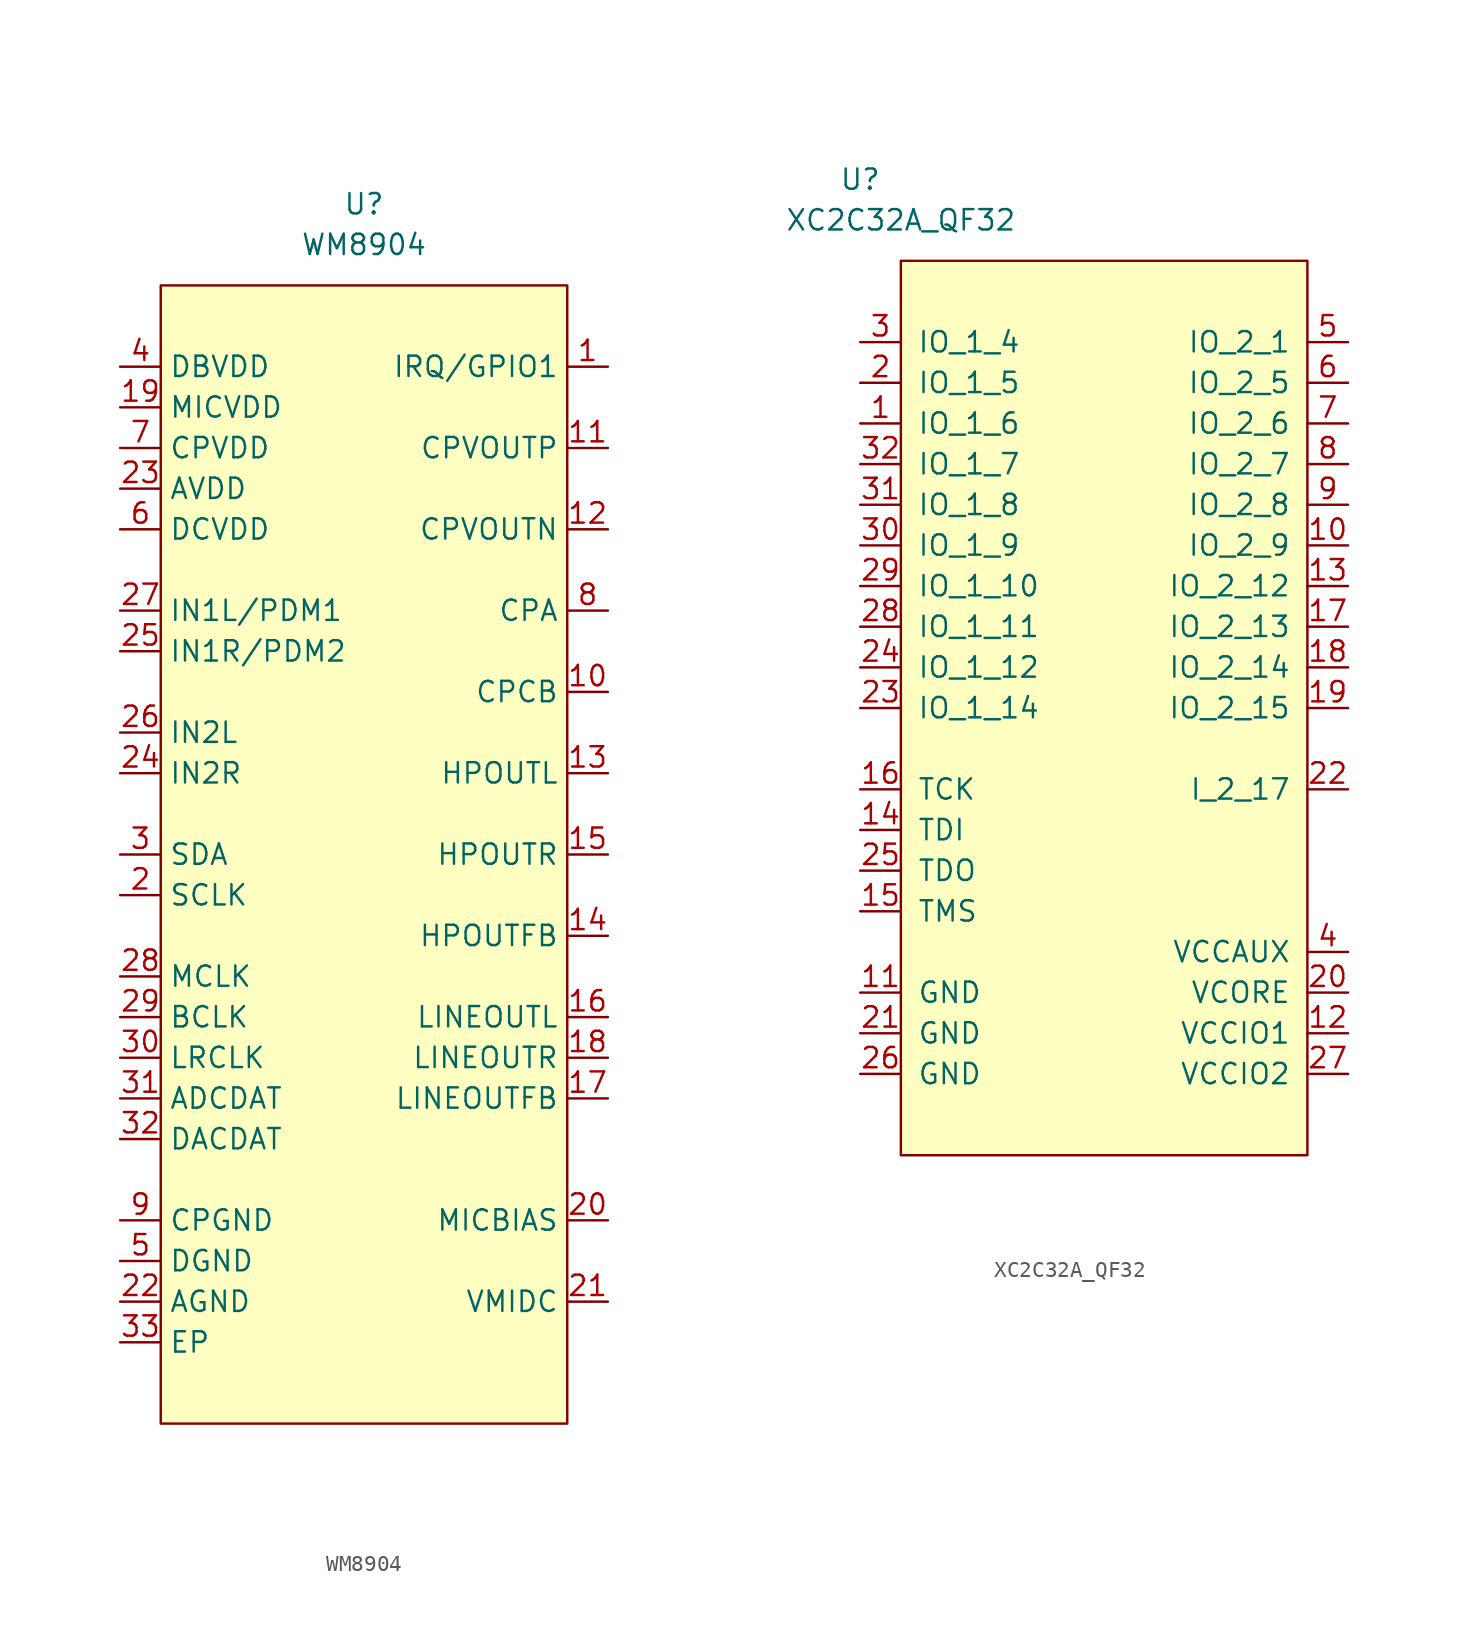
<source format=kicad_sym>
(kicad_symbol_lib
  (version 20211014)
  (generator kicad_symbol_editor)
  (symbol "WM8904"
    (property "Reference" "U"
      (at 0 0 0)
      (effects (font (size 1.27 1.27))))
    (property "Value" "WM8904"
      (at 0 -2.54 0)
      (effects (font (size 1.27 1.27))))
    (symbol "WM8904_0_1"
      (rectangle (start -12.7 -5.08) (end 12.7 -76.2) (stroke (width 0.152) (type default) (color 0 0 0 0)) (fill (type background))))
    (symbol "WM8904_1_1"
      (pin input line (at 15.24 -10.16 180) (length 2.54) (name "IRQ/GPIO1" (effects (font (size 1.27 1.27)))) (number "1" (effects (font (size 1.27 1.27)))))
      (pin input line (at 15.24 -30.48 180) (length 2.54) (name "CPCB" (effects (font (size 1.27 1.27)))) (number "10" (effects (font (size 1.27 1.27)))))
      (pin input line (at 15.24 -15.24 180) (length 2.54) (name "CPVOUTP" (effects (font (size 1.27 1.27)))) (number "11" (effects (font (size 1.27 1.27)))))
      (pin input line (at 15.24 -20.32 180) (length 2.54) (name "CPVOUTN" (effects (font (size 1.27 1.27)))) (number "12" (effects (font (size 1.27 1.27)))))
      (pin input line (at 15.24 -35.56 180) (length 2.54) (name "HPOUTL" (effects (font (size 1.27 1.27)))) (number "13" (effects (font (size 1.27 1.27)))))
      (pin input line (at 15.24 -45.72 180) (length 2.54) (name "HPOUTFB" (effects (font (size 1.27 1.27)))) (number "14" (effects (font (size 1.27 1.27)))))
      (pin input line (at 15.24 -40.64 180) (length 2.54) (name "HPOUTR" (effects (font (size 1.27 1.27)))) (number "15" (effects (font (size 1.27 1.27)))))
      (pin input line (at 15.24 -50.8 180) (length 2.54) (name "LINEOUTL" (effects (font (size 1.27 1.27)))) (number "16" (effects (font (size 1.27 1.27)))))
      (pin input line (at 15.24 -55.88 180) (length 2.54) (name "LINEOUTFB" (effects (font (size 1.27 1.27)))) (number "17" (effects (font (size 1.27 1.27)))))
      (pin input line (at 15.24 -53.34 180) (length 2.54) (name "LINEOUTR" (effects (font (size 1.27 1.27)))) (number "18" (effects (font (size 1.27 1.27)))))
      (pin input line (at -15.24 -12.7 0) (length 2.54) (name "MICVDD" (effects (font (size 1.27 1.27)))) (number "19" (effects (font (size 1.27 1.27)))))
      (pin input line (at -15.24 -43.18 0) (length 2.54) (name "SCLK" (effects (font (size 1.27 1.27)))) (number "2" (effects (font (size 1.27 1.27)))))
      (pin input line (at 15.24 -63.5 180) (length 2.54) (name "MICBIAS" (effects (font (size 1.27 1.27)))) (number "20" (effects (font (size 1.27 1.27)))))
      (pin input line (at 15.24 -68.58 180) (length 2.54) (name "VMIDC" (effects (font (size 1.27 1.27)))) (number "21" (effects (font (size 1.27 1.27)))))
      (pin input line (at -15.24 -68.58 0) (length 2.54) (name "AGND" (effects (font (size 1.27 1.27)))) (number "22" (effects (font (size 1.27 1.27)))))
      (pin input line (at -15.24 -17.78 0) (length 2.54) (name "AVDD" (effects (font (size 1.27 1.27)))) (number "23" (effects (font (size 1.27 1.27)))))
      (pin input line (at -15.24 -35.56 0) (length 2.54) (name "IN2R" (effects (font (size 1.27 1.27)))) (number "24" (effects (font (size 1.27 1.27)))))
      (pin input line (at -15.24 -27.94 0) (length 2.54) (name "IN1R/PDM2" (effects (font (size 1.27 1.27)))) (number "25" (effects (font (size 1.27 1.27)))))
      (pin input line (at -15.24 -33.02 0) (length 2.54) (name "IN2L" (effects (font (size 1.27 1.27)))) (number "26" (effects (font (size 1.27 1.27)))))
      (pin input line (at -15.24 -25.4 0) (length 2.54) (name "IN1L/PDM1" (effects (font (size 1.27 1.27)))) (number "27" (effects (font (size 1.27 1.27)))))
      (pin input line (at -15.24 -48.26 0) (length 2.54) (name "MCLK" (effects (font (size 1.27 1.27)))) (number "28" (effects (font (size 1.27 1.27)))))
      (pin input line (at -15.24 -50.8 0) (length 2.54) (name "BCLK" (effects (font (size 1.27 1.27)))) (number "29" (effects (font (size 1.27 1.27)))))
      (pin input line (at -15.24 -40.64 0) (length 2.54) (name "SDA" (effects (font (size 1.27 1.27)))) (number "3" (effects (font (size 1.27 1.27)))))
      (pin input line (at -15.24 -53.34 0) (length 2.54) (name "LRCLK" (effects (font (size 1.27 1.27)))) (number "30" (effects (font (size 1.27 1.27)))))
      (pin input line (at -15.24 -55.88 0) (length 2.54) (name "ADCDAT" (effects (font (size 1.27 1.27)))) (number "31" (effects (font (size 1.27 1.27)))))
      (pin input line (at -15.24 -58.42 0) (length 2.54) (name "DACDAT" (effects (font (size 1.27 1.27)))) (number "32" (effects (font (size 1.27 1.27)))))
      (pin input line (at -15.24 -71.12 0) (length 2.54) (name "EP" (effects (font (size 1.27 1.27)))) (number "33" (effects (font (size 1.27 1.27)))))
      (pin input line (at -15.24 -10.16 0) (length 2.54) (name "DBVDD" (effects (font (size 1.27 1.27)))) (number "4" (effects (font (size 1.27 1.27)))))
      (pin input line (at -15.24 -66.04 0) (length 2.54) (name "DGND" (effects (font (size 1.27 1.27)))) (number "5" (effects (font (size 1.27 1.27)))))
      (pin input line (at -15.24 -20.32 0) (length 2.54) (name "DCVDD" (effects (font (size 1.27 1.27)))) (number "6" (effects (font (size 1.27 1.27)))))
      (pin input line (at -15.24 -15.24 0) (length 2.54) (name "CPVDD" (effects (font (size 1.27 1.27)))) (number "7" (effects (font (size 1.27 1.27)))))
      (pin input line (at 15.24 -25.4 180) (length 2.54) (name "CPA" (effects (font (size 1.27 1.27)))) (number "8" (effects (font (size 1.27 1.27)))))
      (pin input line (at -15.24 -63.5 0) (length 2.54) (name "CPGND" (effects (font (size 1.27 1.27)))) (number "9" (effects (font (size 1.27 1.27)))))))
  (symbol "XC2C32A_QF32"
    (pin_names
      (offset 1.016))
    (property "Reference" "U"
      (at -15.24 35.56 0)
      (effects (font (size 1.27 1.27))))
    (property "Value" "XC2C32A_QF32"
      (at -12.7 33.02 0)
      (effects (font (size 1.27 1.27))))
    (symbol "XC2C32A_QF32_0_1"
      (rectangle (start -12.7 30.48) (end 12.7 -25.4) (stroke (width 0) (type default) (color 0 0 0 0)) (fill (type background))))
    (symbol "XC2C32A_QF32_1_1"
      (pin bidirectional line (at -15.24 20.32 0) (length 2.54) (name "IO_1_6" (effects (font (size 1.27 1.27)))) (number "1" (effects (font (size 1.27 1.27)))))
      (pin bidirectional line (at 15.24 12.7 180) (length 2.54) (name "IO_2_9" (effects (font (size 1.27 1.27)))) (number "10" (effects (font (size 1.27 1.27)))))
      (pin power_in line (at -15.24 -15.24 0) (length 2.54) (name "GND" (effects (font (size 1.27 1.27)))) (number "11" (effects (font (size 1.27 1.27)))))
      (pin power_in line (at 15.24 -17.78 180) (length 2.54) (name "VCCIO1" (effects (font (size 1.27 1.27)))) (number "12" (effects (font (size 1.27 1.27)))))
      (pin bidirectional line (at 15.24 10.16 180) (length 2.54) (name "IO_2_12" (effects (font (size 1.27 1.27)))) (number "13" (effects (font (size 1.27 1.27)))))
      (pin input line (at -15.24 -5.08 0) (length 2.54) (name "TDI" (effects (font (size 1.27 1.27)))) (number "14" (effects (font (size 1.27 1.27)))))
      (pin input line (at -15.24 -10.16 0) (length 2.54) (name "TMS" (effects (font (size 1.27 1.27)))) (number "15" (effects (font (size 1.27 1.27)))))
      (pin input line (at -15.24 -2.54 0) (length 2.54) (name "TCK" (effects (font (size 1.27 1.27)))) (number "16" (effects (font (size 1.27 1.27)))))
      (pin bidirectional line (at 15.24 7.62 180) (length 2.54) (name "IO_2_13" (effects (font (size 1.27 1.27)))) (number "17" (effects (font (size 1.27 1.27)))))
      (pin bidirectional line (at 15.24 5.08 180) (length 2.54) (name "IO_2_14" (effects (font (size 1.27 1.27)))) (number "18" (effects (font (size 1.27 1.27)))))
      (pin bidirectional line (at 15.24 2.54 180) (length 2.54) (name "IO_2_15" (effects (font (size 1.27 1.27)))) (number "19" (effects (font (size 1.27 1.27)))))
      (pin bidirectional line (at -15.24 22.86 0) (length 2.54) (name "IO_1_5" (effects (font (size 1.27 1.27)))) (number "2" (effects (font (size 1.27 1.27)))))
      (pin power_in line (at 15.24 -15.24 180) (length 2.54) (name "VCORE" (effects (font (size 1.27 1.27)))) (number "20" (effects (font (size 1.27 1.27)))))
      (pin power_in line (at -15.24 -17.78 0) (length 2.54) (name "GND" (effects (font (size 1.27 1.27)))) (number "21" (effects (font (size 1.27 1.27)))))
      (pin input line (at 15.24 -2.54 180) (length 2.54) (name "I_2_17" (effects (font (size 1.27 1.27)))) (number "22" (effects (font (size 1.27 1.27)))))
      (pin bidirectional line (at -15.24 2.54 0) (length 2.54) (name "IO_1_14" (effects (font (size 1.27 1.27)))) (number "23" (effects (font (size 1.27 1.27)))))
      (pin bidirectional line (at -15.24 5.08 0) (length 2.54) (name "IO_1_12" (effects (font (size 1.27 1.27)))) (number "24" (effects (font (size 1.27 1.27)))))
      (pin output line (at -15.24 -7.62 0) (length 2.54) (name "TDO" (effects (font (size 1.27 1.27)))) (number "25" (effects (font (size 1.27 1.27)))))
      (pin power_in line (at -15.24 -20.32 0) (length 2.54) (name "GND" (effects (font (size 1.27 1.27)))) (number "26" (effects (font (size 1.27 1.27)))))
      (pin power_in line (at 15.24 -20.32 180) (length 2.54) (name "VCCIO2" (effects (font (size 1.27 1.27)))) (number "27" (effects (font (size 1.27 1.27)))))
      (pin bidirectional line (at -15.24 7.62 0) (length 2.54) (name "IO_1_11" (effects (font (size 1.27 1.27)))) (number "28" (effects (font (size 1.27 1.27)))))
      (pin bidirectional line (at -15.24 10.16 0) (length 2.54) (name "IO_1_10" (effects (font (size 1.27 1.27)))) (number "29" (effects (font (size 1.27 1.27)))))
      (pin bidirectional line (at -15.24 25.4 0) (length 2.54) (name "IO_1_4" (effects (font (size 1.27 1.27)))) (number "3" (effects (font (size 1.27 1.27)))))
      (pin bidirectional line (at -15.24 12.7 0) (length 2.54) (name "IO_1_9" (effects (font (size 1.27 1.27)))) (number "30" (effects (font (size 1.27 1.27)))))
      (pin bidirectional line (at -15.24 15.24 0) (length 2.54) (name "IO_1_8" (effects (font (size 1.27 1.27)))) (number "31" (effects (font (size 1.27 1.27)))))
      (pin bidirectional line (at -15.24 17.78 0) (length 2.54) (name "IO_1_7" (effects (font (size 1.27 1.27)))) (number "32" (effects (font (size 1.27 1.27)))))
      (pin power_in line (at 15.24 -12.7 180) (length 2.54) (name "VCCAUX" (effects (font (size 1.27 1.27)))) (number "4" (effects (font (size 1.27 1.27)))))
      (pin bidirectional line (at 15.24 25.4 180) (length 2.54) (name "IO_2_1" (effects (font (size 1.27 1.27)))) (number "5" (effects (font (size 1.27 1.27)))))
      (pin bidirectional line (at 15.24 22.86 180) (length 2.54) (name "IO_2_5" (effects (font (size 1.27 1.27)))) (number "6" (effects (font (size 1.27 1.27)))))
      (pin bidirectional line (at 15.24 20.32 180) (length 2.54) (name "IO_2_6" (effects (font (size 1.27 1.27)))) (number "7" (effects (font (size 1.27 1.27)))))
      (pin bidirectional line (at 15.24 17.78 180) (length 2.54) (name "IO_2_7" (effects (font (size 1.27 1.27)))) (number "8" (effects (font (size 1.27 1.27)))))
      (pin bidirectional line (at 15.24 15.24 180) (length 2.54) (name "IO_2_8" (effects (font (size 1.27 1.27)))) (number "9" (effects (font (size 1.27 1.27))))))))
</source>
